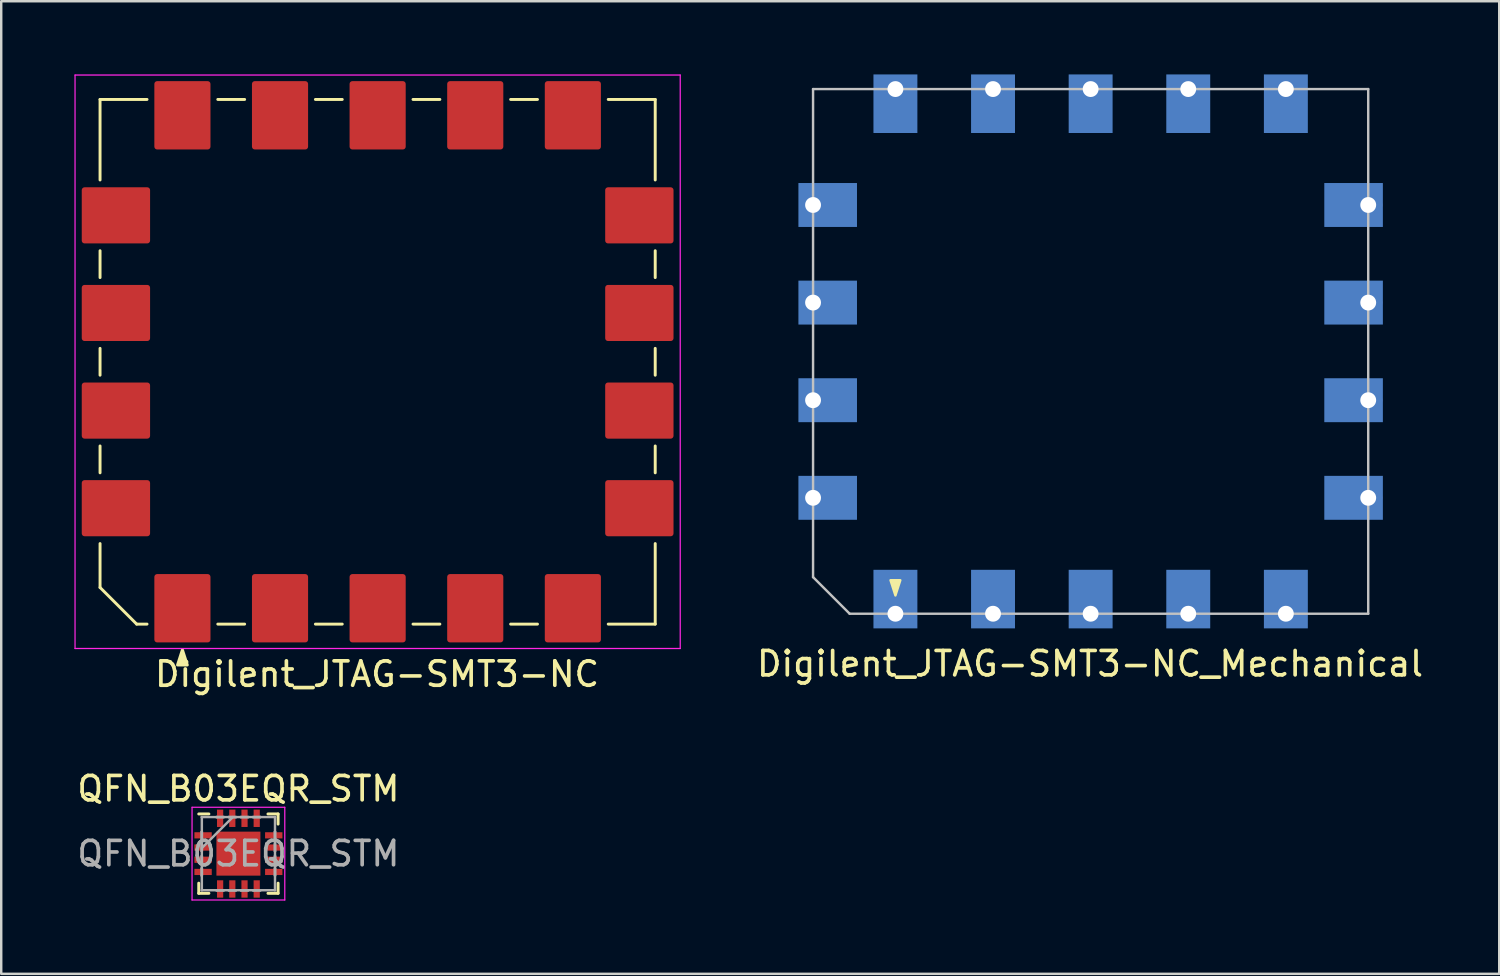
<source format=kicad_pcb>
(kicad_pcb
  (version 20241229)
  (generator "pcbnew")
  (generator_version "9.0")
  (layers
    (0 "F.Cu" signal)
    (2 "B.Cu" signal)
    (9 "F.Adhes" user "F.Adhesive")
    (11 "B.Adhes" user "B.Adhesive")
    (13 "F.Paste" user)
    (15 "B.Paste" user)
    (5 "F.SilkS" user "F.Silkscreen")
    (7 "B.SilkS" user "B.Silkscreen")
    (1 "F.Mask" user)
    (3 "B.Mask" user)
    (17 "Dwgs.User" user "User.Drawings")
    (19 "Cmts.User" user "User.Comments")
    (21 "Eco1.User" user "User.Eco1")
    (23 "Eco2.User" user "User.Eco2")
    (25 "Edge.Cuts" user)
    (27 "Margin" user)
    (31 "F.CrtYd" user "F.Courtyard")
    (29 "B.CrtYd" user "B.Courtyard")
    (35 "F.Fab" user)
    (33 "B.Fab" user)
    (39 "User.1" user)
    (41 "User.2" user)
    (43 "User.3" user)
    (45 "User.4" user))
  (footprint "QFN_B03EQR_STM"
    (layer "F.Cu")
    (at 6.72 31.931)
    (property "Reference" "QFN_B03EQR_STM" (at 0 -2.66 0) (layer "F.SilkS") (effects (font (size 1 1) (thickness 0.15))))
    (attr through_hole)
    (fp_line (start -1.626 1.21) (end -1.626 1.626) (stroke (width 0.12) (type solid)) (layer "F.SilkS"))
    (fp_line (start -1.626 1.626) (end -1.21 1.626) (stroke (width 0.12) (type solid)) (layer "F.SilkS"))
    (fp_line (start -1.21 -1.626) (end -1.626 -1.626) (stroke (width 0.12) (type solid)) (layer "F.SilkS"))
    (fp_line (start 1.21 1.626) (end 1.626 1.626) (stroke (width 0.12) (type solid)) (layer "F.SilkS"))
    (fp_line (start 1.626 -1.626) (end 1.21 -1.626) (stroke (width 0.12) (type solid)) (layer "F.SilkS"))
    (fp_line (start 1.626 -1.21) (end 1.626 -1.626) (stroke (width 0.12) (type solid)) (layer "F.SilkS"))
    (fp_line (start 1.626 1.626) (end 1.626 1.21) (stroke (width 0.12) (type solid)) (layer "F.SilkS"))
    (fp_line (start -1.9 -1.9) (end 1.9 -1.9) (stroke (width 0.05) (type solid)) (layer "F.CrtYd"))
    (fp_line (start -1.9 1.9) (end -1.9 -1.9) (stroke (width 0.05) (type solid)) (layer "F.CrtYd"))
    (fp_line (start 1.9 -1.9) (end 1.9 1.9) (stroke (width 0.05) (type solid)) (layer "F.CrtYd"))
    (fp_line (start 1.9 1.9) (end -1.9 1.9) (stroke (width 0.05) (type solid)) (layer "F.CrtYd"))
    (fp_line (start -1.499 -1.499) (end -1.499 -1.499) (stroke (width 0.1) (type solid)) (layer "F.Fab"))
    (fp_line (start -1.499 -1.499) (end -1.499 1.499) (stroke (width 0.1) (type solid)) (layer "F.Fab"))
    (fp_line (start -1.499 -0.903) (end -1.499 -0.903) (stroke (width 0.1) (type solid)) (layer "F.Fab"))
    (fp_line (start -1.499 -0.903) (end -1.499 -0.598) (stroke (width 0.1) (type solid)) (layer "F.Fab"))
    (fp_line (start -1.499 -0.598) (end -1.499 -0.903) (stroke (width 0.1) (type solid)) (layer "F.Fab"))
    (fp_line (start -1.499 -0.598) (end -1.499 -0.598) (stroke (width 0.1) (type solid)) (layer "F.Fab"))
    (fp_line (start -1.499 -0.402) (end -1.499 -0.402) (stroke (width 0.1) (type solid)) (layer "F.Fab"))
    (fp_line (start -1.499 -0.402) (end -1.499 -0.098) (stroke (width 0.1) (type solid)) (layer "F.Fab"))
    (fp_line (start -1.499 -0.229) (end -0.229 -1.499) (stroke (width 0.1) (type solid)) (layer "F.Fab"))
    (fp_line (start -1.499 -0.098) (end -1.499 -0.402) (stroke (width 0.1) (type solid)) (layer "F.Fab"))
    (fp_line (start -1.499 -0.098) (end -1.499 -0.098) (stroke (width 0.1) (type solid)) (layer "F.Fab"))
    (fp_line (start -1.499 0.098) (end -1.499 0.098) (stroke (width 0.1) (type solid)) (layer "F.Fab"))
    (fp_line (start -1.499 0.098) (end -1.499 0.402) (stroke (width 0.1) (type solid)) (layer "F.Fab"))
    (fp_line (start -1.499 0.402) (end -1.499 0.098) (stroke (width 0.1) (type solid)) (layer "F.Fab"))
    (fp_line (start -1.499 0.402) (end -1.499 0.402) (stroke (width 0.1) (type solid)) (layer "F.Fab"))
    (fp_line (start -1.499 0.598) (end -1.499 0.598) (stroke (width 0.1) (type solid)) (layer "F.Fab"))
    (fp_line (start -1.499 0.598) (end -1.499 0.903) (stroke (width 0.1) (type solid)) (layer "F.Fab"))
    (fp_line (start -1.499 0.903) (end -1.499 0.598) (stroke (width 0.1) (type solid)) (layer "F.Fab"))
    (fp_line (start -1.499 0.903) (end -1.499 0.903) (stroke (width 0.1) (type solid)) (layer "F.Fab"))
    (fp_line (start -1.499 1.499) (end -1.499 1.499) (stroke (width 0.1) (type solid)) (layer "F.Fab"))
    (fp_line (start -1.499 1.499) (end 1.499 1.499) (stroke (width 0.1) (type solid)) (layer "F.Fab"))
    (fp_line (start -0.903 -1.499) (end -0.903 -1.499) (stroke (width 0.1) (type solid)) (layer "F.Fab"))
    (fp_line (start -0.903 -1.499) (end -0.598 -1.499) (stroke (width 0.1) (type solid)) (layer "F.Fab"))
    (fp_line (start -0.903 1.499) (end -0.903 1.499) (stroke (width 0.1) (type solid)) (layer "F.Fab"))
    (fp_line (start -0.903 1.499) (end -0.598 1.499) (stroke (width 0.1) (type solid)) (layer "F.Fab"))
    (fp_line (start -0.598 -1.499) (end -0.903 -1.499) (stroke (width 0.1) (type solid)) (layer "F.Fab"))
    (fp_line (start -0.598 -1.499) (end -0.598 -1.499) (stroke (width 0.1) (type solid)) (layer "F.Fab"))
    (fp_line (start -0.598 1.499) (end -0.903 1.499) (stroke (width 0.1) (type solid)) (layer "F.Fab"))
    (fp_line (start -0.598 1.499) (end -0.598 1.499) (stroke (width 0.1) (type solid)) (layer "F.Fab"))
    (fp_line (start -0.402 -1.499) (end -0.402 -1.499) (stroke (width 0.1) (type solid)) (layer "F.Fab"))
    (fp_line (start -0.402 -1.499) (end -0.098 -1.499) (stroke (width 0.1) (type solid)) (layer "F.Fab"))
    (fp_line (start -0.402 1.499) (end -0.402 1.499) (stroke (width 0.1) (type solid)) (layer "F.Fab"))
    (fp_line (start -0.402 1.499) (end -0.098 1.499) (stroke (width 0.1) (type solid)) (layer "F.Fab"))
    (fp_line (start -0.098 -1.499) (end -0.402 -1.499) (stroke (width 0.1) (type solid)) (layer "F.Fab"))
    (fp_line (start -0.098 -1.499) (end -0.098 -1.499) (stroke (width 0.1) (type solid)) (layer "F.Fab"))
    (fp_line (start -0.098 1.499) (end -0.402 1.499) (stroke (width 0.1) (type solid)) (layer "F.Fab"))
    (fp_line (start -0.098 1.499) (end -0.098 1.499) (stroke (width 0.1) (type solid)) (layer "F.Fab"))
    (fp_line (start 0.098 -1.499) (end 0.098 -1.499) (stroke (width 0.1) (type solid)) (layer "F.Fab"))
    (fp_line (start 0.098 -1.499) (end 0.402 -1.499) (stroke (width 0.1) (type solid)) (layer "F.Fab"))
    (fp_line (start 0.098 1.499) (end 0.098 1.499) (stroke (width 0.1) (type solid)) (layer "F.Fab"))
    (fp_line (start 0.098 1.499) (end 0.402 1.499) (stroke (width 0.1) (type solid)) (layer "F.Fab"))
    (fp_line (start 0.402 -1.499) (end 0.098 -1.499) (stroke (width 0.1) (type solid)) (layer "F.Fab"))
    (fp_line (start 0.402 -1.499) (end 0.402 -1.499) (stroke (width 0.1) (type solid)) (layer "F.Fab"))
    (fp_line (start 0.402 1.499) (end 0.098 1.499) (stroke (width 0.1) (type solid)) (layer "F.Fab"))
    (fp_line (start 0.402 1.499) (end 0.402 1.499) (stroke (width 0.1) (type solid)) (layer "F.Fab"))
    (fp_line (start 0.598 -1.499) (end 0.598 -1.499) (stroke (width 0.1) (type solid)) (layer "F.Fab"))
    (fp_line (start 0.598 -1.499) (end 0.903 -1.499) (stroke (width 0.1) (type solid)) (layer "F.Fab"))
    (fp_line (start 0.598 1.499) (end 0.598 1.499) (stroke (width 0.1) (type solid)) (layer "F.Fab"))
    (fp_line (start 0.598 1.499) (end 0.903 1.499) (stroke (width 0.1) (type solid)) (layer "F.Fab"))
    (fp_line (start 0.903 -1.499) (end 0.598 -1.499) (stroke (width 0.1) (type solid)) (layer "F.Fab"))
    (fp_line (start 0.903 -1.499) (end 0.903 -1.499) (stroke (width 0.1) (type solid)) (layer "F.Fab"))
    (fp_line (start 0.903 1.499) (end 0.598 1.499) (stroke (width 0.1) (type solid)) (layer "F.Fab"))
    (fp_line (start 0.903 1.499) (end 0.903 1.499) (stroke (width 0.1) (type solid)) (layer "F.Fab"))
    (fp_line (start 1.499 -1.499) (end -1.499 -1.499) (stroke (width 0.1) (type solid)) (layer "F.Fab"))
    (fp_line (start 1.499 -1.499) (end 1.499 -1.499) (stroke (width 0.1) (type solid)) (layer "F.Fab"))
    (fp_line (start 1.499 -0.903) (end 1.499 -0.903) (stroke (width 0.1) (type solid)) (layer "F.Fab"))
    (fp_line (start 1.499 -0.903) (end 1.499 -0.598) (stroke (width 0.1) (type solid)) (layer "F.Fab"))
    (fp_line (start 1.499 -0.598) (end 1.499 -0.903) (stroke (width 0.1) (type solid)) (layer "F.Fab"))
    (fp_line (start 1.499 -0.598) (end 1.499 -0.598) (stroke (width 0.1) (type solid)) (layer "F.Fab"))
    (fp_line (start 1.499 -0.402) (end 1.499 -0.402) (stroke (width 0.1) (type solid)) (layer "F.Fab"))
    (fp_line (start 1.499 -0.402) (end 1.499 -0.098) (stroke (width 0.1) (type solid)) (layer "F.Fab"))
    (fp_line (start 1.499 -0.098) (end 1.499 -0.402) (stroke (width 0.1) (type solid)) (layer "F.Fab"))
    (fp_line (start 1.499 -0.098) (end 1.499 -0.098) (stroke (width 0.1) (type solid)) (layer "F.Fab"))
    (fp_line (start 1.499 0.098) (end 1.499 0.098) (stroke (width 0.1) (type solid)) (layer "F.Fab"))
    (fp_line (start 1.499 0.098) (end 1.499 0.402) (stroke (width 0.1) (type solid)) (layer "F.Fab"))
    (fp_line (start 1.499 0.402) (end 1.499 0.098) (stroke (width 0.1) (type solid)) (layer "F.Fab"))
    (fp_line (start 1.499 0.402) (end 1.499 0.402) (stroke (width 0.1) (type solid)) (layer "F.Fab"))
    (fp_line (start 1.499 0.598) (end 1.499 0.598) (stroke (width 0.1) (type solid)) (layer "F.Fab"))
    (fp_line (start 1.499 0.598) (end 1.499 0.903) (stroke (width 0.1) (type solid)) (layer "F.Fab"))
    (fp_line (start 1.499 0.903) (end 1.499 0.598) (stroke (width 0.1) (type solid)) (layer "F.Fab"))
    (fp_line (start 1.499 0.903) (end 1.499 0.903) (stroke (width 0.1) (type solid)) (layer "F.Fab"))
    (fp_line (start 1.499 1.499) (end 1.499 -1.499) (stroke (width 0.1) (type solid)) (layer "F.Fab"))
    (fp_line (start 1.499 1.499) (end 1.499 1.499) (stroke (width 0.1) (type solid)) (layer "F.Fab"))
    (fp_text user "${REFERENCE}" (at 0 0 0) (layer "F.Fab") (effects (font (size 1 1) (thickness 0.15))))
    (pad "1" smd rect (at -1.448 -0.75 90) (size 0.254 0.711) (layers "F.Cu" "F.Mask" "F.Paste"))
    (pad "2" smd rect (at -1.448 -0.25 90) (size 0.254 0.711) (layers "F.Cu" "F.Mask" "F.Paste"))
    (pad "3" smd rect (at -1.448 0.25 90) (size 0.254 0.711) (layers "F.Cu" "F.Mask" "F.Paste"))
    (pad "4" smd rect (at -1.448 0.75 90) (size 0.254 0.711) (layers "F.Cu" "F.Mask" "F.Paste"))
    (pad "5" smd rect (at -0.75 1.448) (size 0.254 0.711) (layers "F.Cu" "F.Mask" "F.Paste"))
    (pad "6" smd rect (at -0.25 1.448) (size 0.254 0.711) (layers "F.Cu" "F.Mask" "F.Paste"))
    (pad "7" smd rect (at 0.25 1.448) (size 0.254 0.711) (layers "F.Cu" "F.Mask" "F.Paste"))
    (pad "8" smd rect (at 0.75 1.448) (size 0.254 0.711) (layers "F.Cu" "F.Mask" "F.Paste"))
    (pad "9" smd rect (at 1.448 0.75 90) (size 0.254 0.711) (layers "F.Cu" "F.Mask" "F.Paste"))
    (pad "10" smd rect (at 1.448 0.25 90) (size 0.254 0.711) (layers "F.Cu" "F.Mask" "F.Paste"))
    (pad "11" smd rect (at 1.448 -0.25 90) (size 0.254 0.711) (layers "F.Cu" "F.Mask" "F.Paste"))
    (pad "12" smd rect (at 1.448 -0.75 90) (size 0.254 0.711) (layers "F.Cu" "F.Mask" "F.Paste"))
    (pad "13" smd rect (at 0.75 -1.448) (size 0.254 0.711) (layers "F.Cu" "F.Mask" "F.Paste"))
    (pad "14" smd rect (at 0.25 -1.448) (size 0.254 0.711) (layers "F.Cu" "F.Mask" "F.Paste"))
    (pad "15" smd rect (at -0.25 -1.448) (size 0.254 0.711) (layers "F.Cu" "F.Mask" "F.Paste"))
    (pad "16" smd rect (at -0.75 -1.448) (size 0.254 0.711) (layers "F.Cu" "F.Mask" "F.Paste"))
    (pad "17" smd rect (at 0 0) (size 1.803 1.803) (layers "F.Cu" "F.Mask" "F.Paste")))
  (footprint "Digilent_JTAG-SMT3-NC"
    (layer "F.Cu")
    (at 12.425 11.775)
    (property "Reference" "Digilent_JTAG-SMT3-NC" (at -0.025 12.8 0) (unlocked yes) (layer "F.SilkS") (effects (font (size 1 1) (thickness 0.15))))
    (attr smd)
    (fp_line (start -11.375 -10.75) (end -9.45 -10.75) (stroke (width 0.12) (type default)) (layer "F.SilkS"))
    (fp_line (start -11.375 -7.45) (end -11.375 -10.75) (stroke (width 0.12) (type default)) (layer "F.SilkS"))
    (fp_line (start -11.375 -3.45) (end -11.375 -4.55) (stroke (width 0.12) (type default)) (layer "F.SilkS"))
    (fp_line (start -11.375 0.55) (end -11.375 -0.55) (stroke (width 0.12) (type default)) (layer "F.SilkS"))
    (fp_line (start -11.375 4.55) (end -11.375 3.45) (stroke (width 0.12) (type default)) (layer "F.SilkS"))
    (fp_line (start -11.375 7.45) (end -11.375 9.25) (stroke (width 0.12) (type default)) (layer "F.SilkS"))
    (fp_line (start -9.875 10.75) (end -11.375 9.25) (stroke (width 0.12) (type default)) (layer "F.SilkS"))
    (fp_line (start -9.875 10.75) (end -9.45 10.75) (stroke (width 0.12) (type default)) (layer "F.SilkS"))
    (fp_line (start -6.55 -10.75) (end -5.45 -10.75) (stroke (width 0.12) (type default)) (layer "F.SilkS"))
    (fp_line (start -6.55 10.75) (end -5.45 10.75) (stroke (width 0.12) (type default)) (layer "F.SilkS"))
    (fp_line (start -2.55 -10.75) (end -1.45 -10.75) (stroke (width 0.12) (type default)) (layer "F.SilkS"))
    (fp_line (start -2.55 10.75) (end -1.45 10.75) (stroke (width 0.12) (type default)) (layer "F.SilkS"))
    (fp_line (start 1.45 -10.75) (end 2.55 -10.75) (stroke (width 0.12) (type default)) (layer "F.SilkS"))
    (fp_line (start 1.45 10.75) (end 2.55 10.75) (stroke (width 0.12) (type default)) (layer "F.SilkS"))
    (fp_line (start 5.45 -10.75) (end 6.55 -10.75) (stroke (width 0.12) (type default)) (layer "F.SilkS"))
    (fp_line (start 5.45 10.75) (end 6.55 10.75) (stroke (width 0.12) (type default)) (layer "F.SilkS"))
    (fp_line (start 11.375 -10.75) (end 9.45 -10.75) (stroke (width 0.12) (type default)) (layer "F.SilkS"))
    (fp_line (start 11.375 -7.45) (end 11.375 -10.75) (stroke (width 0.12) (type default)) (layer "F.SilkS"))
    (fp_line (start 11.375 -4.55) (end 11.375 -3.45) (stroke (width 0.12) (type default)) (layer "F.SilkS"))
    (fp_line (start 11.375 -0.55) (end 11.375 0.55) (stroke (width 0.12) (type default)) (layer "F.SilkS"))
    (fp_line (start 11.375 3.45) (end 11.375 4.55) (stroke (width 0.12) (type default)) (layer "F.SilkS"))
    (fp_line (start 11.375 7.45) (end 11.375 10.75) (stroke (width 0.12) (type default)) (layer "F.SilkS"))
    (fp_line (start 11.375 10.75) (end 9.45 10.75) (stroke (width 0.12) (type default)) (layer "F.SilkS"))
    (fp_poly (pts (xy -8 11.802) (xy -8.2 12.425) (xy -7.8 12.425)) (stroke (width 0.12) (type solid)) (fill yes) (layer "F.SilkS"))
    (fp_line (start -12.4 -11.75) (end 12.4 -11.75) (stroke (width 0.05) (type default)) (layer "F.CrtYd"))
    (fp_line (start -12.4 11.75) (end -12.4 -11.75) (stroke (width 0.05) (type default)) (layer "F.CrtYd"))
    (fp_line (start 12.4 -11.75) (end 12.4 11.75) (stroke (width 0.05) (type default)) (layer "F.CrtYd"))
    (fp_line (start 12.4 11.75) (end -12.4 11.75) (stroke (width 0.05) (type default)) (layer "F.CrtYd"))
    (pad "1" smd roundrect (at -8 10.1) (size 2.3 2.8) (layers "F.Cu" "F.Mask" "F.Paste") (roundrect_rratio 0.05))
    (pad "2" smd roundrect (at -4 10.1) (size 2.3 2.8) (layers "F.Cu" "F.Mask" "F.Paste") (roundrect_rratio 0.05))
    (pad "3" smd roundrect (at 0 10.1) (size 2.3 2.8) (layers "F.Cu" "F.Mask" "F.Paste") (roundrect_rratio 0.05))
    (pad "4" smd roundrect (at 4 10.1) (size 2.3 2.8) (layers "F.Cu" "F.Mask" "F.Paste") (roundrect_rratio 0.05))
    (pad "5" smd roundrect (at 8 10.1) (size 2.3 2.8) (layers "F.Cu" "F.Mask" "F.Paste") (roundrect_rratio 0.05))
    (pad "6" smd roundrect (at 10.725 6 90) (size 2.3 2.8) (layers "F.Cu" "F.Mask" "F.Paste") (roundrect_rratio 0.05))
    (pad "7" smd roundrect (at 10.725 2 90) (size 2.3 2.8) (layers "F.Cu" "F.Mask" "F.Paste") (roundrect_rratio 0.05))
    (pad "8" smd roundrect (at 10.725 -2 90) (size 2.3 2.8) (layers "F.Cu" "F.Mask" "F.Paste") (roundrect_rratio 0.05))
    (pad "9" smd roundrect (at 10.725 -6 90) (size 2.3 2.8) (layers "F.Cu" "F.Mask" "F.Paste") (roundrect_rratio 0.05))
    (pad "10" smd roundrect (at 8 -10.1) (size 2.3 2.8) (layers "F.Cu" "F.Mask" "F.Paste") (roundrect_rratio 0.05))
    (pad "11" smd roundrect (at 4 -10.1) (size 2.3 2.8) (layers "F.Cu" "F.Mask" "F.Paste") (roundrect_rratio 0.05))
    (pad "12" smd roundrect (at 0 -10.1) (size 2.3 2.8) (layers "F.Cu" "F.Mask" "F.Paste") (roundrect_rratio 0.05))
    (pad "13" smd roundrect (at -4 -10.1) (size 2.3 2.8) (layers "F.Cu" "F.Mask" "F.Paste") (roundrect_rratio 0.05))
    (pad "14" smd roundrect (at -8 -10.1) (size 2.3 2.8) (layers "F.Cu" "F.Mask" "F.Paste") (roundrect_rratio 0.05))
    (pad "15" smd roundrect (at -10.725 -6 90) (size 2.3 2.8) (layers "F.Cu" "F.Mask" "F.Paste") (roundrect_rratio 0.05))
    (pad "16" smd roundrect (at -10.725 -2 90) (size 2.3 2.8) (layers "F.Cu" "F.Mask" "F.Paste") (roundrect_rratio 0.05))
    (pad "17" smd roundrect (at -10.725 2 90) (size 2.3 2.8) (layers "F.Cu" "F.Mask" "F.Paste") (roundrect_rratio 0.05))
    (pad "18" smd roundrect (at -10.725 6 90) (size 2.3 2.8) (layers "F.Cu" "F.Mask" "F.Paste") (roundrect_rratio 0.05)))
  (footprint "Digilent_JTAG-SMT3-NC_Mechanical"
    (layer "F.Cu")
    (at 41.643 11.35)
    (property "Reference" "Digilent_JTAG-SMT3-NC_Mechanical" (at -0.025 12.8 0) (unlocked yes) (layer "F.SilkS") (effects (font (size 1 1) (thickness 0.15))))
    (attr exclude_from_pos_files exclude_from_bom allow_missing_courtyard)
    (fp_poly (pts (xy -8 10) (xy -7.8 9.377) (xy -8.2 9.377)) (stroke (width 0.1) (type solid)) (fill yes) (layer "F.SilkS"))
    (fp_line (start -11.375 -10.75) (end 11.375 -10.75) (stroke (width 0.1) (type default)) (layer "Dwgs.User"))
    (fp_line (start -11.375 9.25) (end -11.375 -10.75) (stroke (width 0.1) (type default)) (layer "Dwgs.User"))
    (fp_line (start -9.875 10.75) (end -11.375 9.25) (stroke (width 0.1) (type default)) (layer "Dwgs.User"))
    (fp_line (start 11.375 -10.75) (end 11.375 10.75) (stroke (width 0.1) (type default)) (layer "Dwgs.User"))
    (fp_line (start 11.375 10.75) (end -9.875 10.75) (stroke (width 0.1) (type default)) (layer "Dwgs.User"))
    (pad "1" thru_hole circle (at -8 10.75 180) (size 1.15 1.15) (drill 0.65) (layers "*.Cu" "*.Mask"))
    (pad "1" smd rect (at -8 10.75) (size 1.8 2.4) (drill (offset 0 -0.6)) (layers "B.Cu" "B.Mask"))
    (pad "2" thru_hole circle (at -4 10.75 180) (size 1.15 1.15) (drill 0.65) (layers "*.Cu" "*.Mask"))
    (pad "2" smd rect (at -4 10.75) (size 1.8 2.4) (drill (offset 0 -0.6)) (layers "B.Cu" "B.Mask"))
    (pad "3" thru_hole circle (at 0 10.75 180) (size 1.15 1.15) (drill 0.65) (layers "*.Cu" "*.Mask"))
    (pad "3" smd rect (at 0 10.75) (size 1.8 2.4) (drill (offset 0 -0.6)) (layers "B.Cu" "B.Mask"))
    (pad "4" thru_hole circle (at 4 10.75 180) (size 1.15 1.15) (drill 0.65) (layers "*.Cu" "*.Mask"))
    (pad "4" smd rect (at 4 10.75) (size 1.8 2.4) (drill (offset 0 -0.6)) (layers "B.Cu" "B.Mask"))
    (pad "5" thru_hole circle (at 8 10.75 180) (size 1.15 1.15) (drill 0.65) (layers "*.Cu" "*.Mask"))
    (pad "5" smd rect (at 8 10.75) (size 1.8 2.4) (drill (offset 0 -0.6)) (layers "B.Cu" "B.Mask"))
    (pad "6" thru_hole circle (at 11.375 6 180) (size 1.15 1.15) (drill 0.65) (layers "*.Cu" "*.Mask"))
    (pad "6" smd rect (at 11.375 6 90) (size 1.8 2.4) (drill (offset 0 -0.6)) (layers "B.Cu" "B.Mask"))
    (pad "7" thru_hole circle (at 11.375 2 180) (size 1.15 1.15) (drill 0.65) (layers "*.Cu" "*.Mask"))
    (pad "7" smd rect (at 11.375 2 90) (size 1.8 2.4) (drill (offset 0 -0.6)) (layers "B.Cu" "B.Mask"))
    (pad "8" thru_hole circle (at 11.375 -2 180) (size 1.15 1.15) (drill 0.65) (layers "*.Cu" "*.Mask"))
    (pad "8" smd rect (at 11.375 -2 90) (size 1.8 2.4) (drill (offset 0 -0.6)) (layers "B.Cu" "B.Mask"))
    (pad "9" thru_hole circle (at 11.375 -6 180) (size 1.15 1.15) (drill 0.65) (layers "*.Cu" "*.Mask"))
    (pad "9" smd rect (at 11.375 -6 90) (size 1.8 2.4) (drill (offset 0 -0.6)) (layers "B.Cu" "B.Mask"))
    (pad "10" thru_hole circle (at 8 -10.75 180) (size 1.15 1.15) (drill 0.65) (layers "*.Cu" "*.Mask"))
    (pad "10" smd rect (at 8 -10.75 180) (size 1.8 2.4) (drill (offset 0 -0.6)) (layers "B.Cu" "B.Mask"))
    (pad "11" thru_hole circle (at 4 -10.75 180) (size 1.15 1.15) (drill 0.65) (layers "*.Cu" "*.Mask"))
    (pad "11" smd rect (at 4 -10.75 180) (size 1.8 2.4) (drill (offset 0 -0.6)) (layers "B.Cu" "B.Mask"))
    (pad "12" thru_hole circle (at 0 -10.75 180) (size 1.15 1.15) (drill 0.65) (layers "*.Cu" "*.Mask"))
    (pad "12" smd rect (at 0 -10.75 180) (size 1.8 2.4) (drill (offset 0 -0.6)) (layers "B.Cu" "B.Mask"))
    (pad "13" thru_hole circle (at -4 -10.75 180) (size 1.15 1.15) (drill 0.65) (layers "*.Cu" "*.Mask"))
    (pad "13" smd rect (at -4 -10.75 180) (size 1.8 2.4) (drill (offset 0 -0.6)) (layers "B.Cu" "B.Mask"))
    (pad "14" thru_hole circle (at -8 -10.75 180) (size 1.15 1.15) (drill 0.65) (layers "*.Cu" "*.Mask"))
    (pad "14" smd rect (at -8 -10.75 180) (size 1.8 2.4) (drill (offset 0 -0.6)) (layers "B.Cu" "B.Mask"))
    (pad "15" thru_hole circle (at -11.375 -6 180) (size 1.15 1.15) (drill 0.65) (layers "*.Cu" "*.Mask"))
    (pad "15" smd rect (at -11.375 -6 270) (size 1.8 2.4) (drill (offset 0 -0.6)) (layers "B.Cu" "B.Mask"))
    (pad "16" thru_hole circle (at -11.375 -2 180) (size 1.15 1.15) (drill 0.65) (layers "*.Cu" "*.Mask"))
    (pad "16" smd rect (at -11.375 -2 270) (size 1.8 2.4) (drill (offset 0 -0.6)) (layers "B.Cu" "B.Mask"))
    (pad "17" thru_hole circle (at -11.375 2 180) (size 1.15 1.15) (drill 0.65) (layers "*.Cu" "*.Mask"))
    (pad "17" smd rect (at -11.375 2 270) (size 1.8 2.4) (drill (offset 0 -0.6)) (layers "B.Cu" "B.Mask"))
    (pad "18" thru_hole circle (at -11.375 6 180) (size 1.15 1.15) (drill 0.65) (layers "*.Cu" "*.Mask"))
    (pad "18" smd rect (at -11.375 6 270) (size 1.8 2.4) (drill (offset 0 -0.6)) (layers "B.Cu" "B.Mask")))
  (gr_rect
    (start -3 -3)
    (end 58.386 36.856)
    (stroke (width 0.1) (type default))
    (fill no)
    (layer "Edge.Cuts")))
</source>
